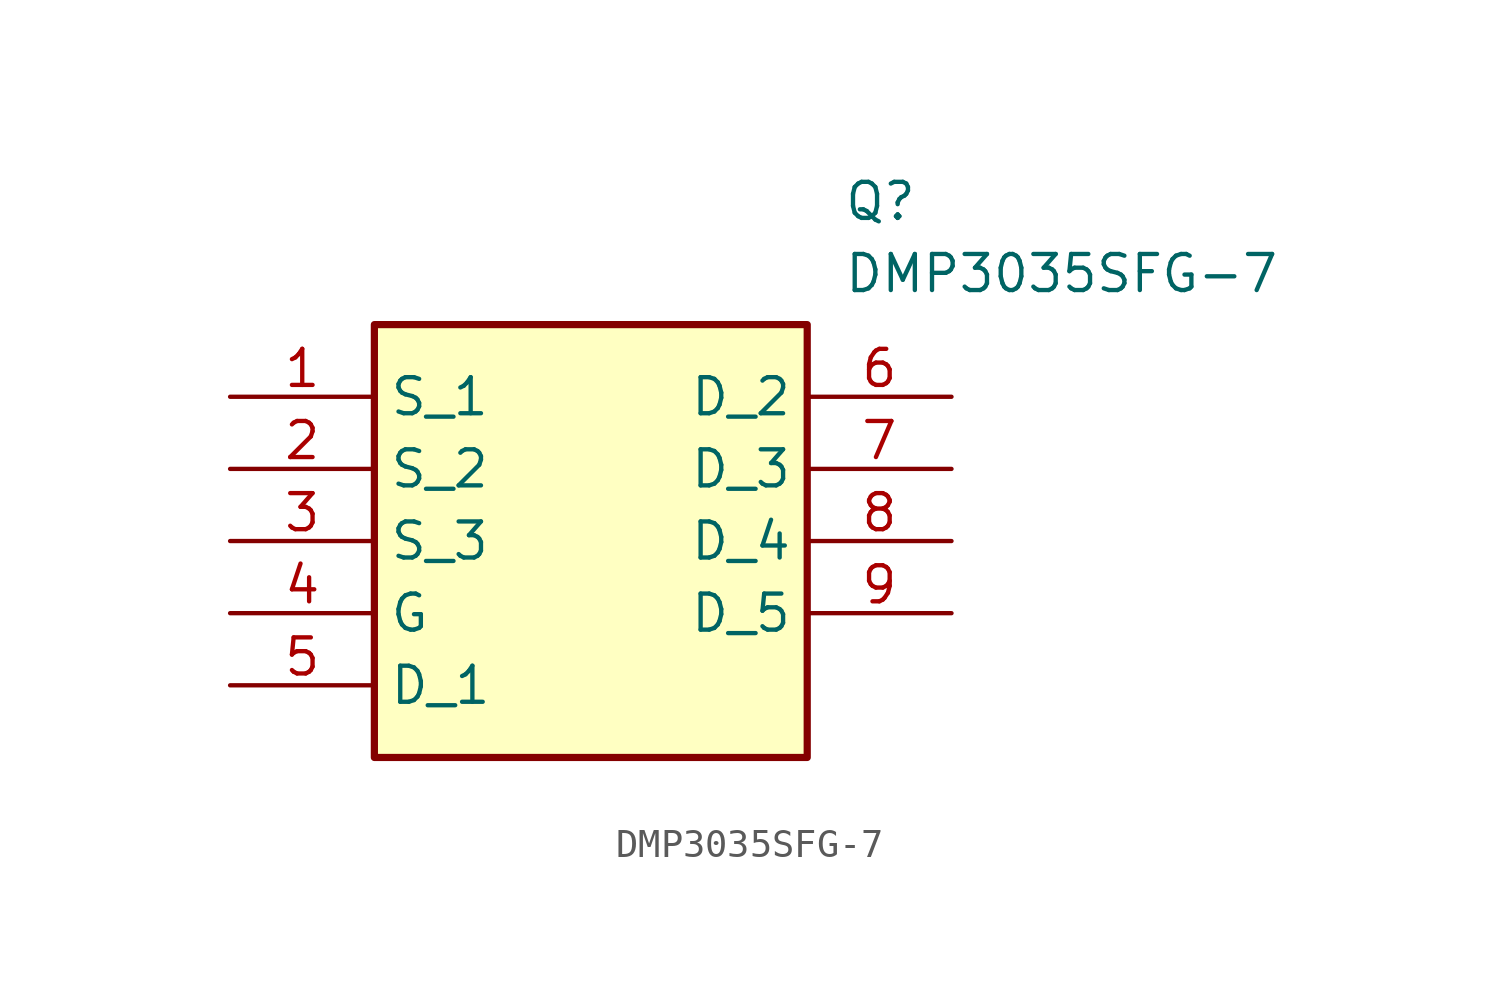
<source format=kicad_sym>
(kicad_symbol_lib
  (version 20211014)
  (generator SamacSys_ECAD_Model)
  (symbol "DMP3035SFG-7"
    (property "Reference" "Q"
      (at 21.59 7.62 0)
      (effects (font (size 1.27 1.27)) (justify left top)))
    (property "Value" "DMP3035SFG-7"
      (at 21.59 5.08 0)
      (effects (font (size 1.27 1.27)) (justify left top)))
    (rectangle
      (start 5.08 2.54)
      (end 20.32 -12.7)
      (stroke (width 0.254) (type default))
      (fill (type background)))
    (pin passive line
      (at 0 0 0)
      (length 5.08)
      (name "S_1" (effects (font (size 1.27 1.27))))
      (number "1" (effects (font (size 1.27 1.27)))))
    (pin passive line
      (at 0 -2.54 0)
      (length 5.08)
      (name "S_2" (effects (font (size 1.27 1.27))))
      (number "2" (effects (font (size 1.27 1.27)))))
    (pin passive line
      (at 0 -5.08 0)
      (length 5.08)
      (name "S_3" (effects (font (size 1.27 1.27))))
      (number "3" (effects (font (size 1.27 1.27)))))
    (pin passive line
      (at 0 -7.62 0)
      (length 5.08)
      (name "G" (effects (font (size 1.27 1.27))))
      (number "4" (effects (font (size 1.27 1.27)))))
    (pin passive line
      (at 0 -10.16 0)
      (length 5.08)
      (name "D_1" (effects (font (size 1.27 1.27))))
      (number "5" (effects (font (size 1.27 1.27)))))
    (pin passive line
      (at 25.4 0 180)
      (length 5.08)
      (name "D_2" (effects (font (size 1.27 1.27))))
      (number "6" (effects (font (size 1.27 1.27)))))
    (pin passive line
      (at 25.4 -2.54 180)
      (length 5.08)
      (name "D_3" (effects (font (size 1.27 1.27))))
      (number "7" (effects (font (size 1.27 1.27)))))
    (pin passive line
      (at 25.4 -5.08 180)
      (length 5.08)
      (name "D_4" (effects (font (size 1.27 1.27))))
      (number "8" (effects (font (size 1.27 1.27)))))
    (pin passive line
      (at 25.4 -7.62 180)
      (length 5.08)
      (name "D_5" (effects (font (size 1.27 1.27))))
      (number "9" (effects (font (size 1.27 1.27)))))))
</source>
